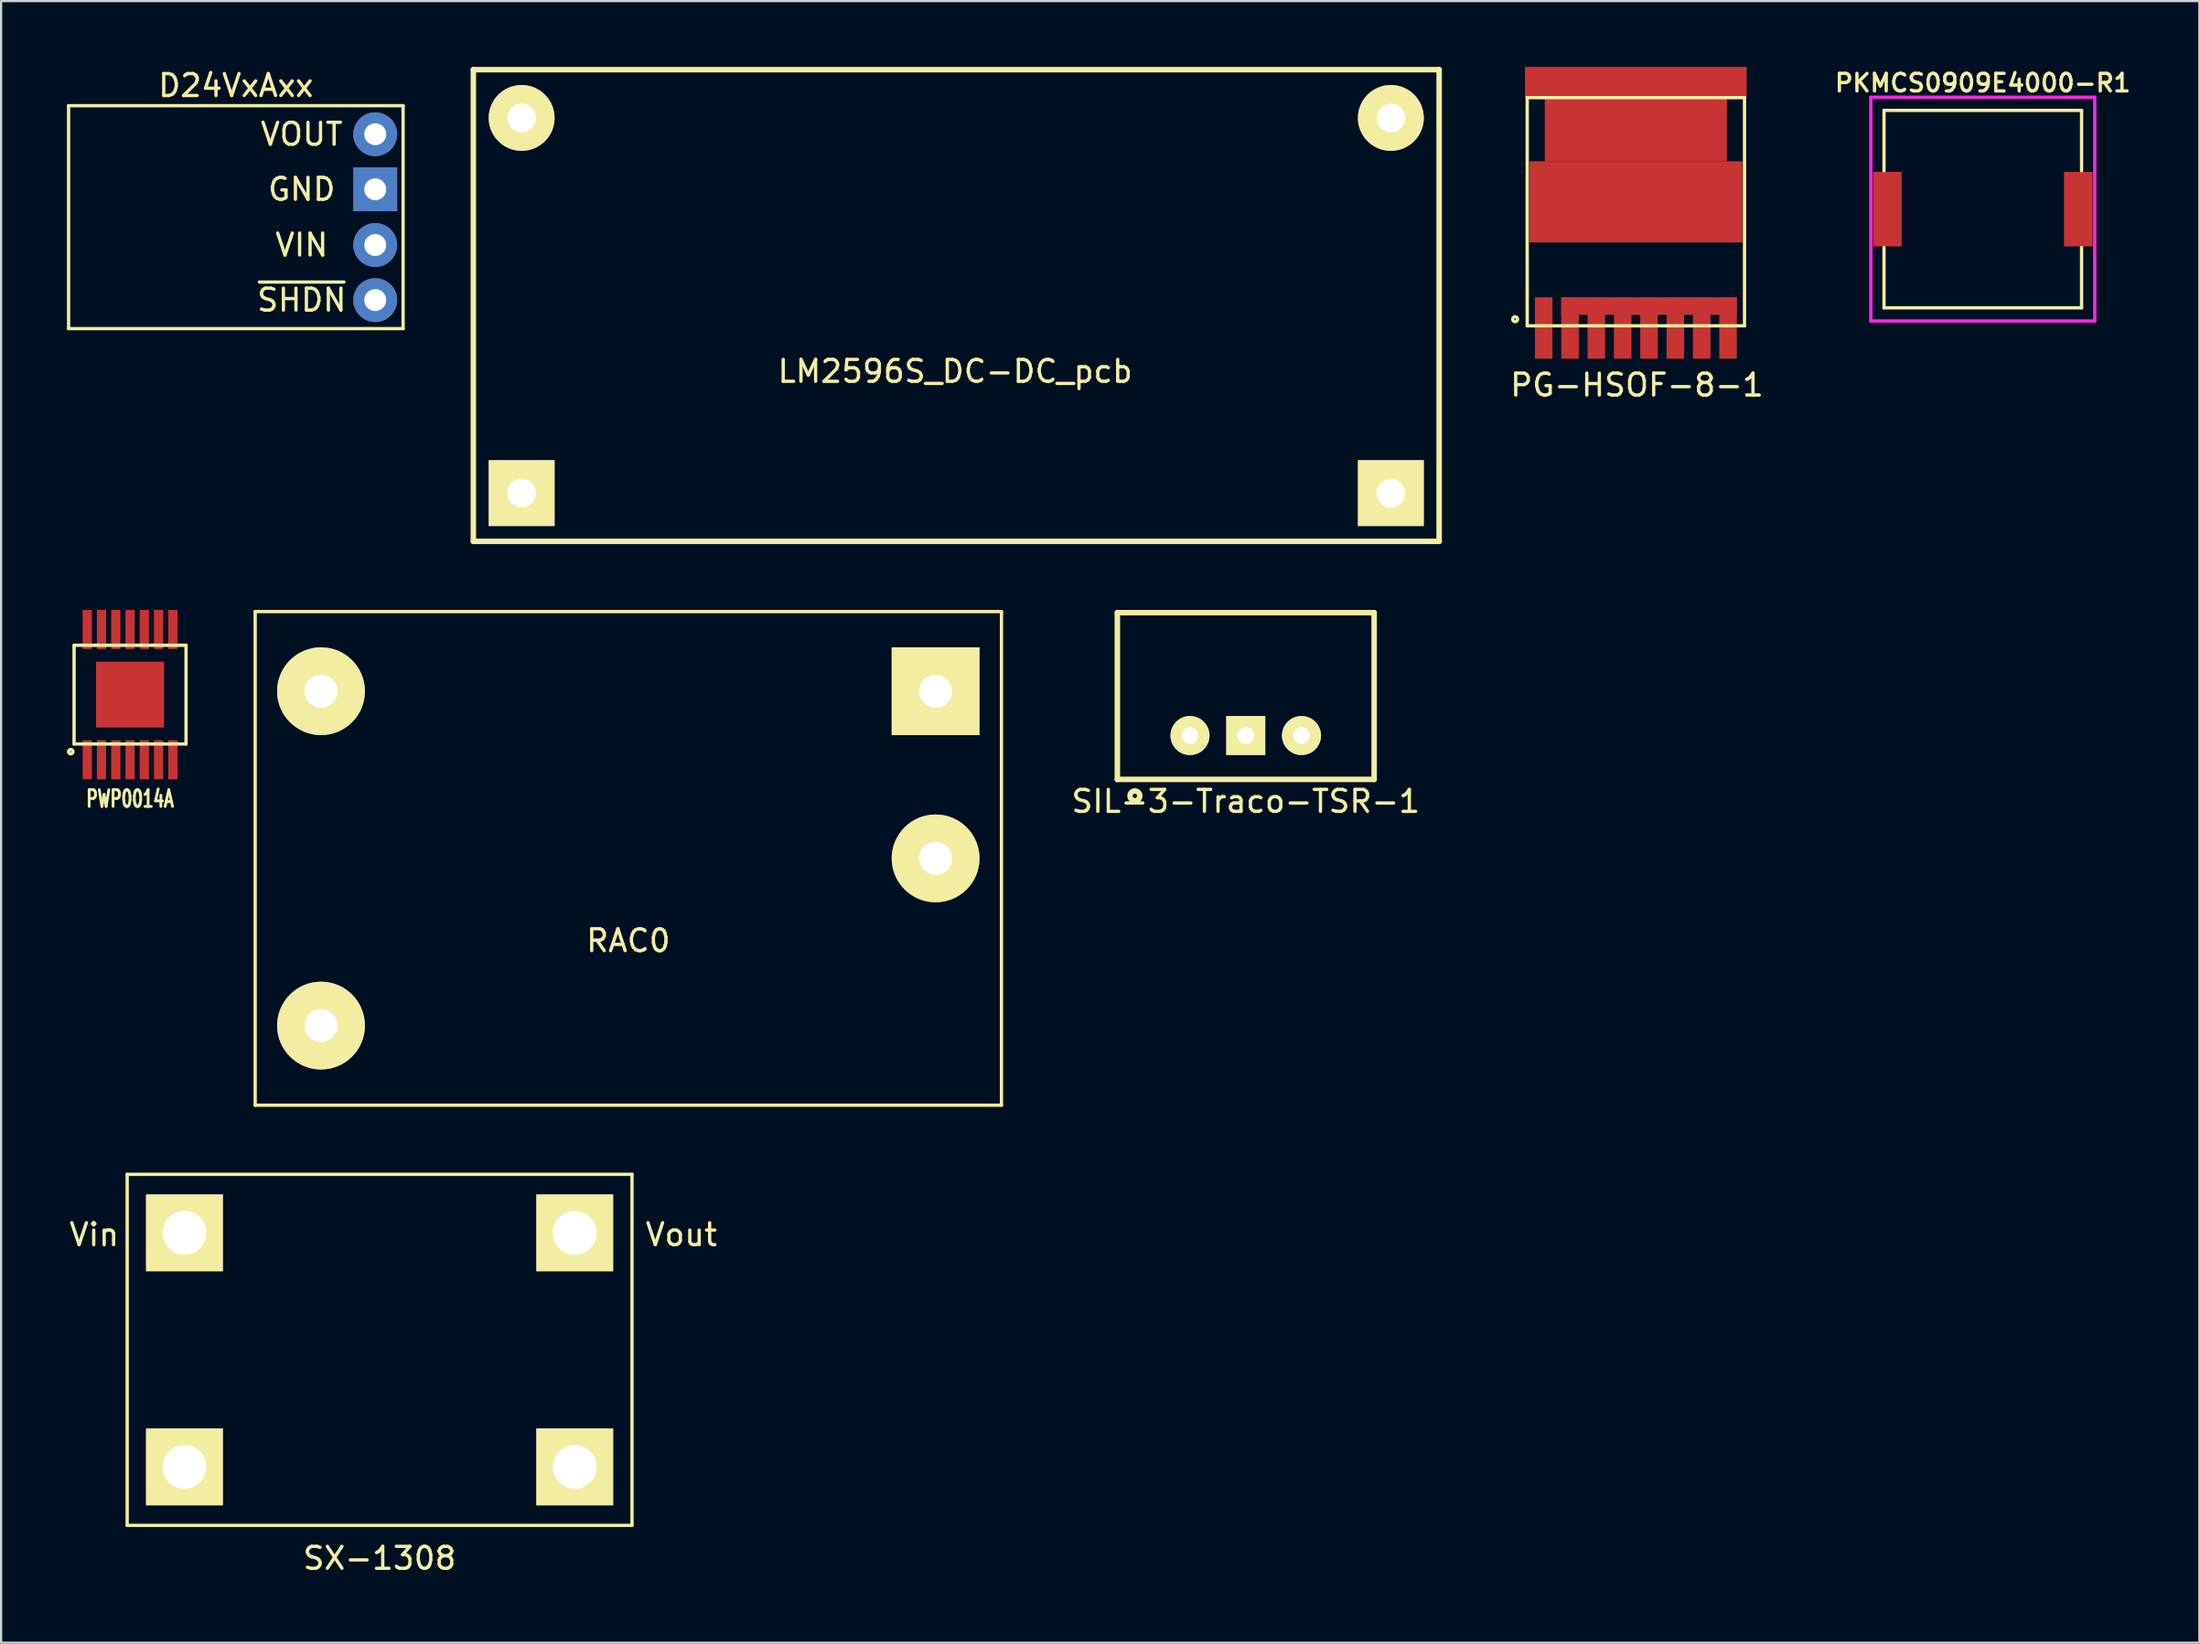
<source format=kicad_pcb>
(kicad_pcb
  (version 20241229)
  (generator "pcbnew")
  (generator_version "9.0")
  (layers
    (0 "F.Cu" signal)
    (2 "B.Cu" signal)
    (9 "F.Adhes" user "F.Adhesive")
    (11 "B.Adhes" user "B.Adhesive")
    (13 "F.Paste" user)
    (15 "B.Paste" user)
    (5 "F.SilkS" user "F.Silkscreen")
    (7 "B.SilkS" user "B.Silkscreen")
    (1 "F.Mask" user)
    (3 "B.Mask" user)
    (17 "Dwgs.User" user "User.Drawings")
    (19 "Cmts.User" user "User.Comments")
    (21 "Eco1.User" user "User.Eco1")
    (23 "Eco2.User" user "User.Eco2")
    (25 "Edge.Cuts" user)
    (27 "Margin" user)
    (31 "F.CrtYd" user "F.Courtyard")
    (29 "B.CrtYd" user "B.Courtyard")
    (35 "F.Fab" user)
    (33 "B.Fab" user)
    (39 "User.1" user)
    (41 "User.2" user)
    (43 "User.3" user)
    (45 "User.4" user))
  (footprint "RAC0"
    (layer "F.Cu")
    (at 25.575 36.075)
    (property "Reference" "RAC0" (at 0 3.75 0) (layer "F.SilkS") (effects (font (size 1 1) (thickness 0.15))))
    (attr through_hole)
    (fp_line (start -17 -11.25) (end -17 11.25) (stroke (width 0.15) (type solid)) (layer "F.SilkS"))
    (fp_line (start -17 11.25) (end 17 11.25) (stroke (width 0.15) (type solid)) (layer "F.SilkS"))
    (fp_line (start 17 -11.25) (end -17 -11.25) (stroke (width 0.15) (type solid)) (layer "F.SilkS"))
    (fp_line (start 17 11.25) (end 17 -11.25) (stroke (width 0.15) (type solid)) (layer "F.SilkS"))
    (pad "1" thru_hole circle (at -14 -7.62) (size 4 4) (drill 1.5) (layers "*.Cu" "*.Mask" "F.SilkS"))
    (pad "2" thru_hole circle (at -14 7.62) (size 4 4) (drill 1.5) (layers "*.Cu" "*.Mask" "F.SilkS"))
    (pad "3" thru_hole rect (at 14 -7.62) (size 4 4) (drill 1.5) (layers "*.Cu" "*.Mask" "F.SilkS"))
    (pad "4" thru_hole circle (at 14 0) (size 4 4) (drill 1.5) (layers "*.Cu" "*.Mask" "F.SilkS")))
  (footprint "SX-1308"
    (layer "F.Cu")
    (at 14.244 58.475)
    (property "Reference" "SX-1308" (at 0 9.5 0) (layer "F.SilkS") (effects (font (size 1 1) (thickness 0.15))))
    (attr through_hole)
    (fp_line (start -11.5 -8) (end 11.5 -8) (stroke (width 0.15) (type solid)) (layer "F.SilkS"))
    (fp_line (start -11.5 8) (end -11.5 -8) (stroke (width 0.15) (type solid)) (layer "F.SilkS"))
    (fp_line (start 11.5 -8) (end 11.5 8) (stroke (width 0.15) (type solid)) (layer "F.SilkS"))
    (fp_line (start 11.5 8) (end -11.5 8) (stroke (width 0.15) (type solid)) (layer "F.SilkS"))
    (fp_text user "Vout" (at 13.75 -5.25 0) (layer "F.SilkS") (effects (font (size 1 1) (thickness 0.15))))
    (fp_text user "Vin" (at -13 -5.25 0) (layer "F.SilkS") (effects (font (size 1 1) (thickness 0.15))))
    (pad "1" thru_hole rect (at -8.89 -5.334) (size 3.5 3.5) (drill 2) (layers "*.Cu" "*.Mask" "F.SilkS"))
    (pad "2" thru_hole rect (at -8.89 5.334) (size 3.5 3.5) (drill 2) (layers "*.Cu" "*.Mask" "F.SilkS"))
    (pad "3" thru_hole rect (at 8.89 -5.334) (size 3.5 3.5) (drill 2) (layers "*.Cu" "*.Mask" "F.SilkS"))
    (pad "4" thru_hole rect (at 8.89 5.334) (size 3.5 3.5) (drill 2) (layers "*.Cu" "*.Mask" "F.SilkS")))
  (footprint "SIL-3-Traco-TSR-1"
    (layer "F.Cu")
    (at 56.154 30.475)
    (property "Reference" "SIL-3-Traco-TSR-1" (at -2.45 3 0) (layer "F.SilkS") (effects (font (size 1 1) (thickness 0.15))))
    (attr through_hole)
    (fp_line (start -8.3 -5.6) (end -8.3 2) (stroke (width 0.25) (type solid)) (layer "F.SilkS"))
    (fp_line (start -8.3 2) (end 3.4 2) (stroke (width 0.25) (type solid)) (layer "F.SilkS"))
    (fp_line (start 3.4 -5.6) (end -8.3 -5.6) (stroke (width 0.25) (type solid)) (layer "F.SilkS"))
    (fp_line (start 3.4 2) (end 3.4 -5.6) (stroke (width 0.25) (type solid)) (layer "F.SilkS"))
    (fp_circle (center -7.5 2.75) (end -7.4 2.95) (stroke (width 0.25) (type solid)) (fill no) (layer "F.SilkS"))
    (pad "1" thru_hole circle (at -4.99 0) (size 1.778 1.778) (drill 0.762) (layers "*.Cu" "*.Mask" "F.SilkS"))
    (pad "2" thru_hole rect (at -2.45 0) (size 1.778 1.778) (drill 0.762) (layers "*.Cu" "*.Mask" "F.SilkS"))
    (pad "3" thru_hole circle (at 0.09 0) (size 1.778 1.778) (drill 0.762) (layers "*.Cu" "*.Mask" "F.SilkS")))
  (footprint "D24VxAxx"
    (layer "F.Cu")
    (at 7.695 6.848)
    (property "Reference" "D24VxAxx" (at 0 -6 0) (layer "F.SilkS") (effects (font (size 1 1) (thickness 0.15))))
    (attr through_hole)
    (fp_line (start -7.62 -5.08) (end -7.62 5.08) (stroke (width 0.15) (type solid)) (layer "F.SilkS"))
    (fp_line (start -7.62 5.08) (end 7.62 5.08) (stroke (width 0.15) (type solid)) (layer "F.SilkS"))
    (fp_line (start 7.62 -5.08) (end -7.62 -5.08) (stroke (width 0.15) (type solid)) (layer "F.SilkS"))
    (fp_line (start 7.62 5.08) (end 7.62 -5.08) (stroke (width 0.15) (type solid)) (layer "F.SilkS"))
    (fp_text user "~{SHDN}" (at 3 3.78 0) (layer "F.SilkS") (effects (font (size 1 1) (thickness 0.15))))
    (fp_text user "VOUT" (at 3 -3.78 0) (layer "F.SilkS") (effects (font (size 1 1) (thickness 0.15))))
    (fp_text user "VIN" (at 3 1.27 0) (layer "F.SilkS") (effects (font (size 1 1) (thickness 0.15))))
    (fp_text user "GND" (at 3 -1.27 0) (layer "F.SilkS") (effects (font (size 1 1) (thickness 0.15))))
    (pad "1" thru_hole circle (at 6.35 -3.78) (size 2 2) (drill 1) (layers "*.Cu" "*.Mask"))
    (pad "2" thru_hole rect (at 6.35 -1.27) (size 2 2) (drill 1) (layers "*.Cu" "*.Mask"))
    (pad "3" thru_hole circle (at 6.35 1.27) (size 2 2) (drill 1) (layers "*.Cu" "*.Mask"))
    (pad "4" thru_hole circle (at 6.35 3.78) (size 2 2) (drill 1) (layers "*.Cu" "*.Mask")))
  (footprint "PKMCS0909E4000-R1"
    (layer "F.Cu")
    (at 87.283 6.481)
    (property "Reference" "PKMCS0909E4000-R1" (at 0 -5.75 0) (layer "F.SilkS") (effects (font (size 0.8 0.8) (thickness 0.15))))
    (attr smd)
    (fp_line (start -4.5 -4.5) (end 4.5 -4.5) (stroke (width 0.15) (type solid)) (layer "F.SilkS"))
    (fp_line (start -4.5 -1.75) (end -4.5 -4.5) (stroke (width 0.15) (type solid)) (layer "F.SilkS"))
    (fp_line (start -4.5 4.5) (end -4.5 1.75) (stroke (width 0.15) (type solid)) (layer "F.SilkS"))
    (fp_line (start 4.5 -1.75) (end 4.5 -4.5) (stroke (width 0.15) (type solid)) (layer "F.SilkS"))
    (fp_line (start 4.5 4.5) (end -4.5 4.5) (stroke (width 0.15) (type solid)) (layer "F.SilkS"))
    (fp_line (start 4.5 4.5) (end 4.5 1.75) (stroke (width 0.15) (type solid)) (layer "F.SilkS"))
    (fp_line (start -5.1 -5.1) (end 5.1 -5.1) (stroke (width 0.15) (type solid)) (layer "F.CrtYd"))
    (fp_line (start -5.1 5.1) (end -5.1 -5.1) (stroke (width 0.15) (type solid)) (layer "F.CrtYd"))
    (fp_line (start 5.1 5.1) (end -5.1 5.1) (stroke (width 0.15) (type solid)) (layer "F.CrtYd"))
    (fp_line (start 5.1 5.1) (end 5.1 -5.1) (stroke (width 0.15) (type solid)) (layer "F.CrtYd"))
    (pad "1" smd rect (at -4.35 0) (size 1.3 3.4) (layers "F.Cu" "F.Mask" "F.Paste"))
    (pad "2" smd rect (at 4.35 0) (size 1.3 3.4) (layers "F.Cu" "F.Mask" "F.Paste")))
  (footprint "PWP0014A"
    (layer "F.Cu")
    (at 2.875 28.61)
    (property "Reference" "PWP0014A" (at 0 4.75 0) (layer "F.SilkS") (effects (font (size 0.762 0.508) (thickness 0.127))))
    (attr through_hole)
    (fp_line (start -2.55 -2.25) (end -2.55 2.25) (stroke (width 0.15) (type solid)) (layer "F.SilkS"))
    (fp_line (start -2.55 2.25) (end 2.55 2.25) (stroke (width 0.15) (type solid)) (layer "F.SilkS"))
    (fp_line (start 2.55 -2.25) (end -2.55 -2.25) (stroke (width 0.15) (type solid)) (layer "F.SilkS"))
    (fp_line (start 2.55 2.25) (end 2.55 -2.25) (stroke (width 0.15) (type solid)) (layer "F.SilkS"))
    (fp_circle (center -2.7 2.6) (end -2.7 2.7) (stroke (width 0.15) (type solid)) (fill no) (layer "F.SilkS"))
    (pad "1" smd rect (at -1.95 2.97) (size 0.42 1.78) (layers "F.Cu" "F.Mask" "F.Paste"))
    (pad "2" smd rect (at -1.3 2.97) (size 0.42 1.78) (layers "F.Cu" "F.Mask" "F.Paste"))
    (pad "3" smd rect (at -0.65 2.97) (size 0.42 1.78) (layers "F.Cu" "F.Mask" "F.Paste"))
    (pad "4" smd rect (at 0 2.97) (size 0.42 1.78) (layers "F.Cu" "F.Mask" "F.Paste"))
    (pad "5" smd rect (at 0.65 2.97) (size 0.42 1.78) (layers "F.Cu" "F.Mask" "F.Paste"))
    (pad "6" smd rect (at 1.3 2.97) (size 0.42 1.78) (layers "F.Cu" "F.Mask" "F.Paste"))
    (pad "7" smd rect (at 1.95 2.97) (size 0.42 1.78) (layers "F.Cu" "F.Mask" "F.Paste"))
    (pad "8" smd rect (at 1.95 -2.97) (size 0.42 1.78) (layers "F.Cu" "F.Mask" "F.Paste"))
    (pad "9" smd rect (at 1.3 -2.97) (size 0.42 1.78) (layers "F.Cu" "F.Mask" "F.Paste"))
    (pad "10" smd rect (at 0.65 -2.97) (size 0.42 1.78) (layers "F.Cu" "F.Mask" "F.Paste"))
    (pad "11" smd rect (at 0 -2.97) (size 0.42 1.78) (layers "F.Cu" "F.Mask" "F.Paste"))
    (pad "12" smd rect (at -0.65 -2.97) (size 0.42 1.78) (layers "F.Cu" "F.Mask" "F.Paste"))
    (pad "13" smd rect (at -1.3 -2.97) (size 0.42 1.78) (layers "F.Cu" "F.Mask" "F.Paste"))
    (pad "14" smd rect (at -1.95 -2.97) (size 0.42 1.78) (layers "F.Cu" "F.Mask" "F.Paste"))
    (pad "15" smd rect (at 0 0) (size 3.1 3) (layers "F.Cu" "F.Mask" "F.Paste")))
  (footprint "LM2596S_DC-DC_pcb"
    (layer "F.Cu")
    (at 40.515 10.875)
    (property "Reference" "LM2596S_DC-DC_pcb" (at -0.05 3 0) (layer "F.SilkS") (effects (font (size 1 1) (thickness 0.15))))
    (attr through_hole)
    (fp_line (start -22 -10.75) (end 22 -10.75) (stroke (width 0.25) (type solid)) (layer "F.SilkS"))
    (fp_line (start -22 10.75) (end -22 -10.75) (stroke (width 0.25) (type solid)) (layer "F.SilkS"))
    (fp_line (start -22 10.75) (end 22 10.75) (stroke (width 0.25) (type solid)) (layer "F.SilkS"))
    (fp_line (start 22 -10.75) (end 22 10.75) (stroke (width 0.25) (type solid)) (layer "F.SilkS"))
    (pad "1" thru_hole circle (at -19.8 -8.55) (size 3 3) (drill 1.3) (layers "*.Cu" "*.Mask" "F.SilkS"))
    (pad "2" thru_hole rect (at -19.8 8.55) (size 3 3) (drill 1.3) (layers "*.Cu" "*.Mask" "F.SilkS"))
    (pad "3" thru_hole circle (at 19.8 -8.55) (size 3 3) (drill 1.3) (layers "*.Cu" "*.Mask" "F.SilkS"))
    (pad "4" thru_hole rect (at 19.8 8.55) (size 3 3) (drill 1.3) (layers "*.Cu" "*.Mask" "F.SilkS")))
  (footprint "PG-HSOF-8-1"
    (layer "F.Cu")
    (at 71.477 8)
    (property "Reference" "PG-HSOF-8-1" (at 0.05 6.5 0) (layer "F.SilkS") (effects (font (size 1 1) (thickness 0.15))))
    (attr through_hole)
    (fp_line (start -4.95 -6.6) (end -4.95 3.8) (stroke (width 0.15) (type solid)) (layer "F.SilkS"))
    (fp_line (start -4.95 3.8) (end 4.95 3.8) (stroke (width 0.15) (type solid)) (layer "F.SilkS"))
    (fp_line (start 4.95 -6.6) (end -4.95 -6.6) (stroke (width 0.15) (type solid)) (layer "F.SilkS"))
    (fp_line (start 4.95 3.8) (end 4.95 -6.6) (stroke (width 0.15) (type solid)) (layer "F.SilkS"))
    (fp_circle (center -5.5 3.5) (end -5.4 3.55) (stroke (width 0.15) (type solid)) (fill no) (layer "F.SilkS"))
    (pad "1" smd rect (at -4.2 3.9) (size 0.8 2.8) (layers "F.Cu" "F.Mask" "F.Paste"))
    (pad "2" smd rect (at -3 3.9) (size 0.8 2.8) (layers "F.Cu" "F.Mask" "F.Paste"))
    (pad "3" smd rect (at -1.8 3.9) (size 0.8 2.8) (layers "F.Cu" "F.Mask" "F.Paste"))
    (pad "4" smd rect (at -0.6 3.9) (size 0.8 2.8) (layers "F.Cu" "F.Mask" "F.Paste"))
    (pad "5" smd rect (at 0.6 3.9) (size 0.8 2.8) (layers "F.Cu" "F.Mask" "F.Paste"))
    (pad "6" smd rect (at 1.8 3.9) (size 0.8 2.8) (layers "F.Cu" "F.Mask" "F.Paste"))
    (pad "7" smd rect (at 3 3.9) (size 0.8 2.8) (layers "F.Cu" "F.Mask" "F.Paste"))
    (pad "8" smd rect (at 0.6 2.9) (size 8 0.8) (layers "F.Cu" "F.Mask" "F.Paste"))
    (pad "8" smd rect (at 4.2 3.9) (size 0.8 2.8) (layers "F.Cu" "F.Mask" "F.Paste"))
    (pad "9" smd rect (at 0 -7.3) (size 10.1 1.4) (layers "F.Cu" "F.Mask" "F.Paste"))
    (pad "9" smd rect (at 0 -5.15) (size 8.3 2.9) (layers "F.Cu" "F.Mask" "F.Paste"))
    (pad "9" smd rect (at 0 -1.85) (size 9.7 3.7) (layers "F.Cu" "F.Mask" "F.Paste")))
  (gr_rect
    (start -3 -3)
    (end 97.151 71.823)
    (stroke (width 0.1) (type default))
    (fill no)
    (layer "Edge.Cuts")))
</source>
